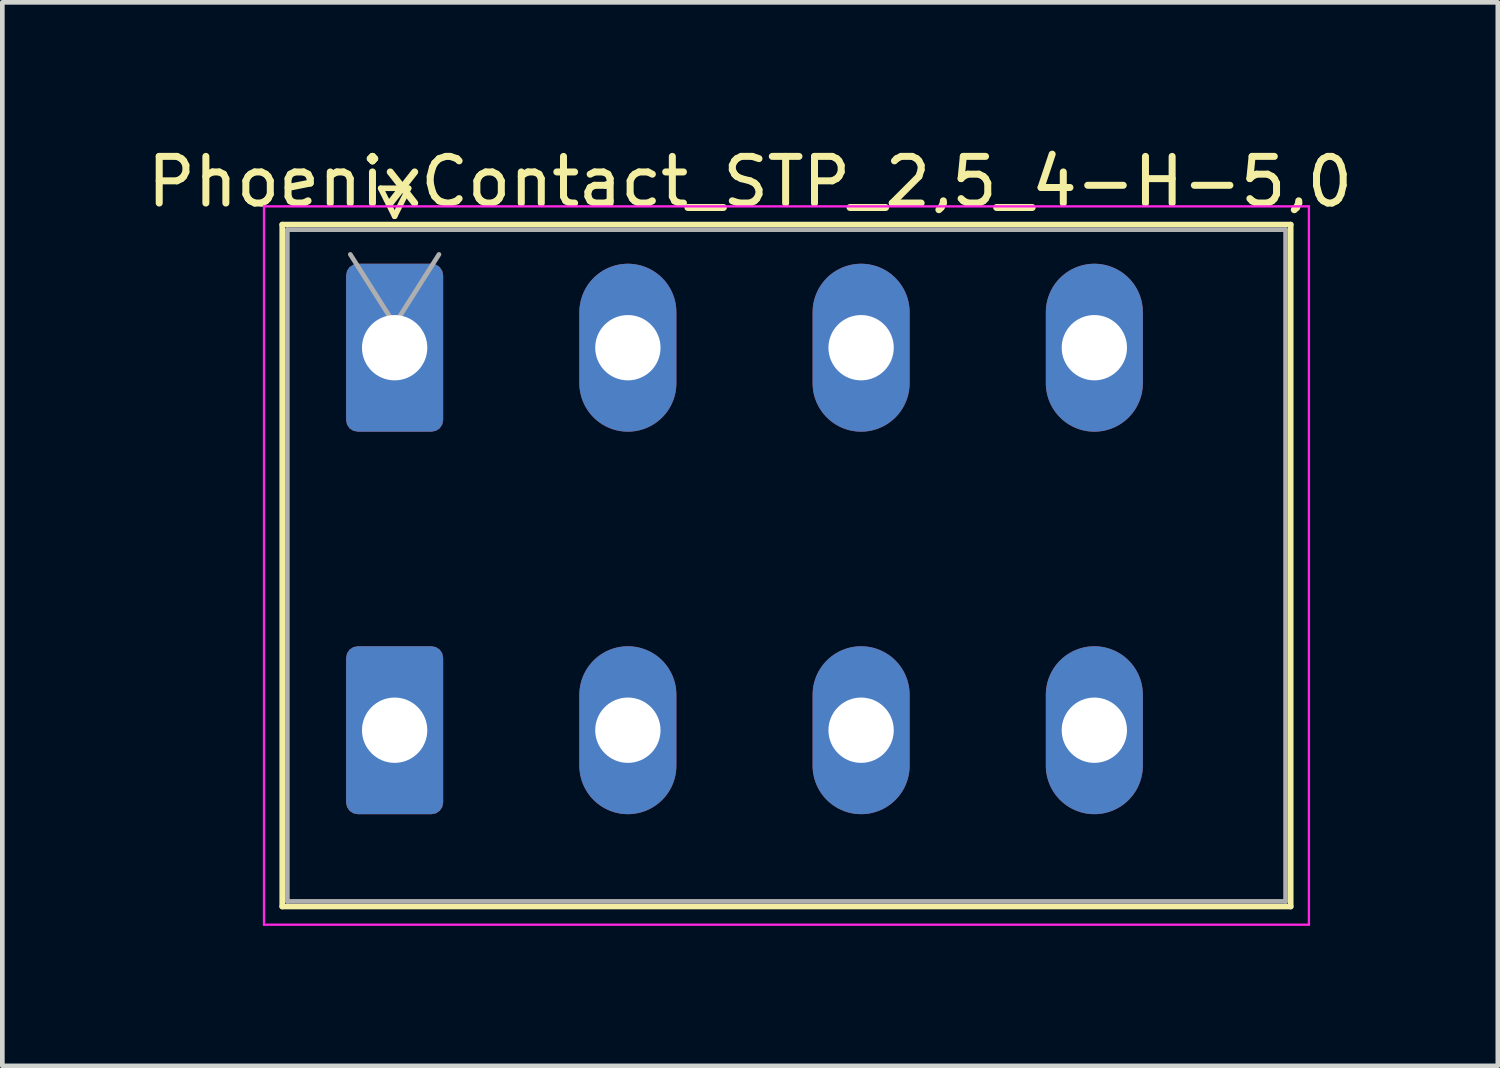
<source format=kicad_pcb>
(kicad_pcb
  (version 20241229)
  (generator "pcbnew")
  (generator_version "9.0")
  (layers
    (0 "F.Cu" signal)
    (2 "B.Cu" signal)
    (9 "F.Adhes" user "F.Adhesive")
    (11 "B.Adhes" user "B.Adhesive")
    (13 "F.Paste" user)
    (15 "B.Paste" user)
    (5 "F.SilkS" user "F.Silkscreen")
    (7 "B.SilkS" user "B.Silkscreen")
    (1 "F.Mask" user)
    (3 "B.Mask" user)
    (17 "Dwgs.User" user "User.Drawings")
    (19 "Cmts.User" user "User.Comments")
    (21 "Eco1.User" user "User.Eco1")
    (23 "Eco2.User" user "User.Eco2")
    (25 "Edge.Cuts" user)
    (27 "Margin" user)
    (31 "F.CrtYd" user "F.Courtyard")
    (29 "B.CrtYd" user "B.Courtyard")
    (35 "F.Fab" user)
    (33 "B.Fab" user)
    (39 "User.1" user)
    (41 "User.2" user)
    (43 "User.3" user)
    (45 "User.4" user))
  (footprint "PhoenixContact_STP_2,5_4-H-5,0"
    (layer "F.Cu")
    (at 5.41 4.404)
    (property "Reference" "PhoenixContact_STP_2,5_4-H-5,0" (at 7.62 -3.556 0) (layer "F.SilkS") (effects (font (size 1 1) (thickness 0.15))))
    (attr through_hole)
    (fp_line (start -2.41 -2.64) (end -2.41 11.98) (stroke (width 0.12) (type solid)) (layer "F.SilkS"))
    (fp_line (start -2.41 11.98) (end 19.21 11.98) (stroke (width 0.12) (type solid)) (layer "F.SilkS"))
    (fp_line (start -0.3 -3.418) (end 0.3 -3.418) (stroke (width 0.12) (type solid)) (layer "F.SilkS"))
    (fp_line (start 0 -2.818) (end -0.3 -3.418) (stroke (width 0.12) (type solid)) (layer "F.SilkS"))
    (fp_line (start 0.3 -3.418) (end 0 -2.818) (stroke (width 0.12) (type solid)) (layer "F.SilkS"))
    (fp_line (start 19.21 -2.64) (end -2.41 -2.64) (stroke (width 0.12) (type solid)) (layer "F.SilkS"))
    (fp_line (start 19.21 11.98) (end 19.21 -2.64) (stroke (width 0.12) (type solid)) (layer "F.SilkS"))
    (fp_line (start -2.8 -3.03) (end -2.8 12.37) (stroke (width 0.05) (type solid)) (layer "F.CrtYd"))
    (fp_line (start -2.8 12.37) (end 19.6 12.37) (stroke (width 0.05) (type solid)) (layer "F.CrtYd"))
    (fp_line (start 19.6 -3.03) (end -2.8 -3.03) (stroke (width 0.05) (type solid)) (layer "F.CrtYd"))
    (fp_line (start 19.6 12.37) (end 19.6 -3.03) (stroke (width 0.05) (type solid)) (layer "F.CrtYd"))
    (fp_line (start -2.3 -2.53) (end -2.3 11.87) (stroke (width 0.1) (type solid)) (layer "F.Fab"))
    (fp_line (start -2.3 11.87) (end 19.1 11.87) (stroke (width 0.1) (type solid)) (layer "F.Fab"))
    (fp_line (start 0 -0.5) (end -0.95 -2) (stroke (width 0.1) (type solid)) (layer "F.Fab"))
    (fp_line (start 0.95 -2) (end 0 -0.5) (stroke (width 0.1) (type solid)) (layer "F.Fab"))
    (fp_line (start 19.1 -2.53) (end -2.3 -2.53) (stroke (width 0.1) (type solid)) (layer "F.Fab"))
    (fp_line (start 19.1 11.87) (end 19.1 -2.53) (stroke (width 0.1) (type solid)) (layer "F.Fab"))
    (pad "1" thru_hole roundrect (at 0 0) (size 2.08 3.6) (drill 1.4) (layers "*.Cu" "*.Mask") (roundrect_rratio 0.12))
    (pad "1" thru_hole roundrect (at 0 8.2) (size 2.08 3.6) (drill 1.4) (layers "*.Cu" "*.Mask") (roundrect_rratio 0.12))
    (pad "2" thru_hole oval (at 5 0) (size 2.08 3.6) (drill 1.4) (layers "*.Cu" "*.Mask"))
    (pad "2" thru_hole oval (at 5 8.2) (size 2.08 3.6) (drill 1.4) (layers "*.Cu" "*.Mask"))
    (pad "3" thru_hole oval (at 10 0) (size 2.08 3.6) (drill 1.4) (layers "*.Cu" "*.Mask"))
    (pad "3" thru_hole oval (at 10 8.2) (size 2.08 3.6) (drill 1.4) (layers "*.Cu" "*.Mask"))
    (pad "4" thru_hole oval (at 15 0) (size 2.08 3.6) (drill 1.4) (layers "*.Cu" "*.Mask"))
    (pad "4" thru_hole oval (at 15 8.2) (size 2.08 3.6) (drill 1.4) (layers "*.Cu" "*.Mask")))
  (gr_rect
    (start -3 -3)
    (end 29.06 19.799)
    (stroke (width 0.1) (type default))
    (fill no)
    (layer "Edge.Cuts")))
</source>
